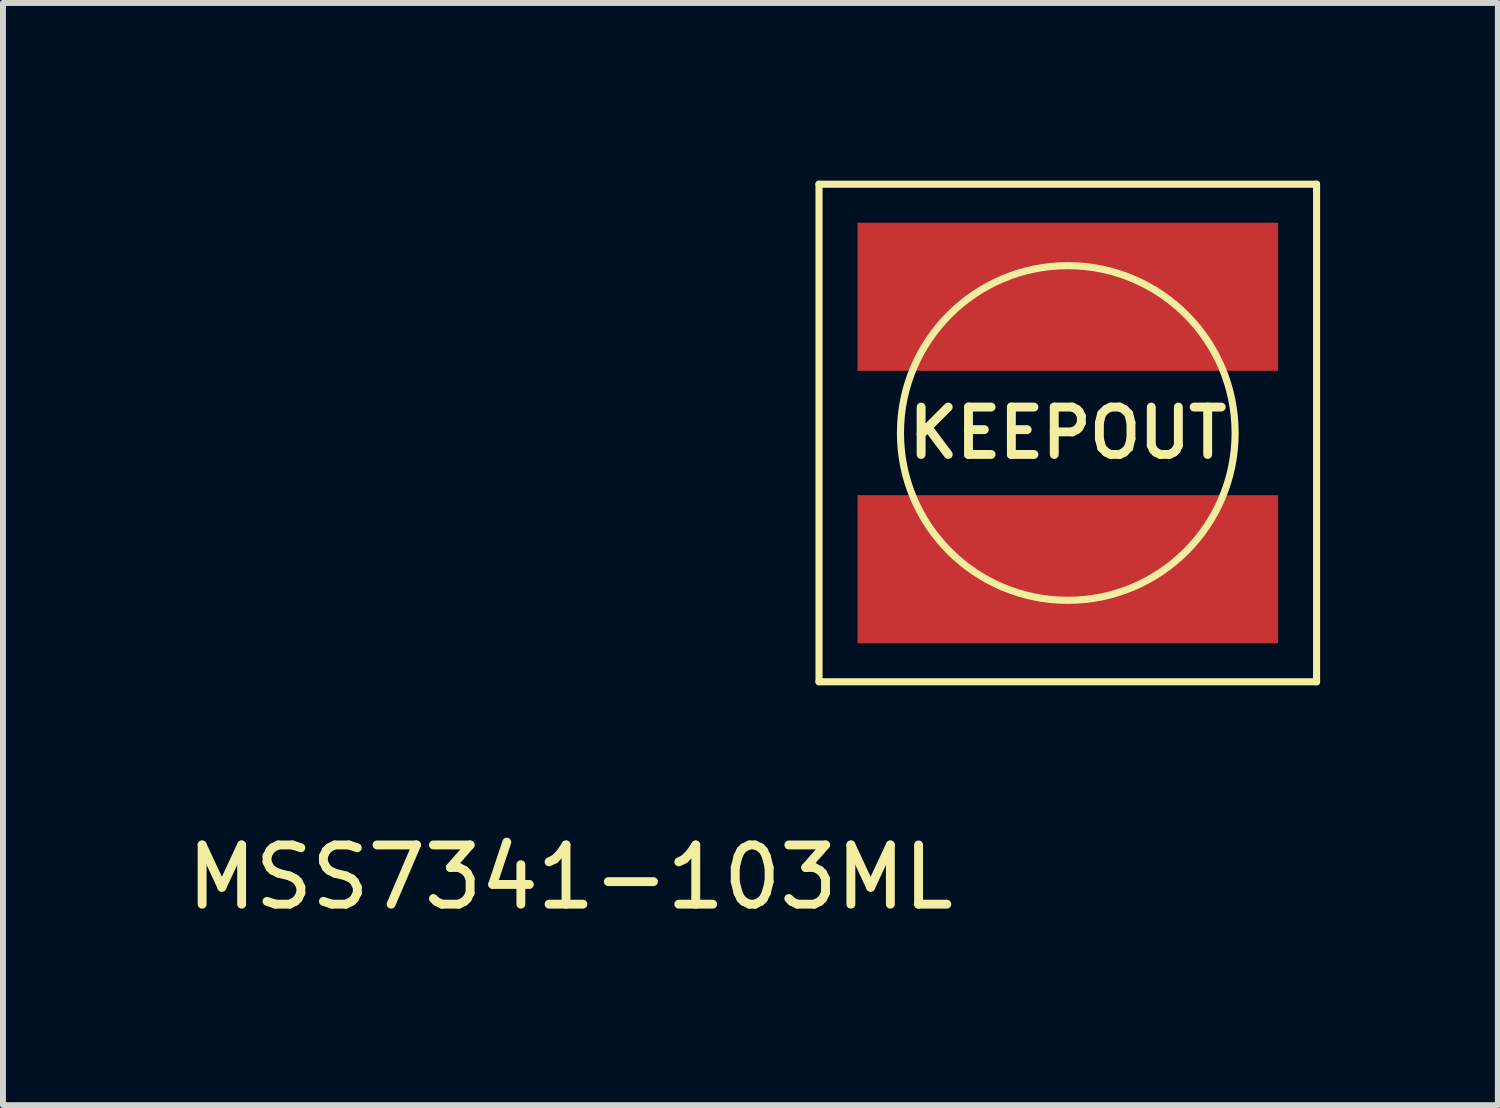
<source format=kicad_pcb>
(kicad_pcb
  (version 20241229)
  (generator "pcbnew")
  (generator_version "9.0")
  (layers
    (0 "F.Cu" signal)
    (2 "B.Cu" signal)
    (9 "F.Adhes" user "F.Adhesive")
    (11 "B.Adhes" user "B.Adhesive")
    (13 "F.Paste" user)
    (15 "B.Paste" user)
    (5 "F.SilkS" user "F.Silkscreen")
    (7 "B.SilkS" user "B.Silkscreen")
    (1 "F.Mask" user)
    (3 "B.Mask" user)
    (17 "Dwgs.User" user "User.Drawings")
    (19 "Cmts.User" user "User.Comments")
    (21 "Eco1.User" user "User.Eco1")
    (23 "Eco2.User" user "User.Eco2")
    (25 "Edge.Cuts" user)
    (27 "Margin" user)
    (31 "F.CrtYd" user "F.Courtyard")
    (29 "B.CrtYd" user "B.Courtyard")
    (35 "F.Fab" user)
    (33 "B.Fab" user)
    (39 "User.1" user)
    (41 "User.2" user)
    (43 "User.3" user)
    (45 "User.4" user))
  (footprint "MSS7341-103ML"
    (layer "F.Cu")
    (at 6.577 11.26)
    (property "Reference" "MSS7341-103ML" (at 0 0.5 0) (layer "F.SilkS") (effects (font (size 1 1) (thickness 0.15))))
    (attr through_hole)
    (fp_line (start 4.2 -11.2) (end 12.6 -11.2) (stroke (width 0.12) (type solid)) (layer "F.SilkS"))
    (fp_line (start 4.2 -2.8) (end 4.2 -11.2) (stroke (width 0.12) (type solid)) (layer "F.SilkS"))
    (fp_line (start 4.2 -2.8) (end 12.6 -2.8) (stroke (width 0.12) (type solid)) (layer "F.SilkS"))
    (fp_line (start 12.6 -2.8) (end 12.6 -11.2) (stroke (width 0.12) (type solid)) (layer "F.SilkS"))
    (fp_circle (center 8.4 -7) (end 11.225 -7) (stroke (width 0.12) (type solid)) (fill no) (layer "F.SilkS"))
    (fp_text user "KEEPOUT" (at 8.4 -7 0) (layer "F.SilkS") (effects (font (size 0.8 0.8) (thickness 0.15))))
    (pad "1" smd rect (at 8.4 -4.7) (size 7.1 2.5) (layers "F.Cu" "F.Mask" "F.Paste"))
    (pad "2" smd rect (at 8.4 -9.3) (size 7.1 2.5) (layers "F.Cu" "F.Mask" "F.Paste")))
  (gr_rect
    (start -3 -3)
    (end 22.237 15.608)
    (stroke (width 0.1) (type default))
    (fill no)
    (layer "Edge.Cuts")))
</source>
